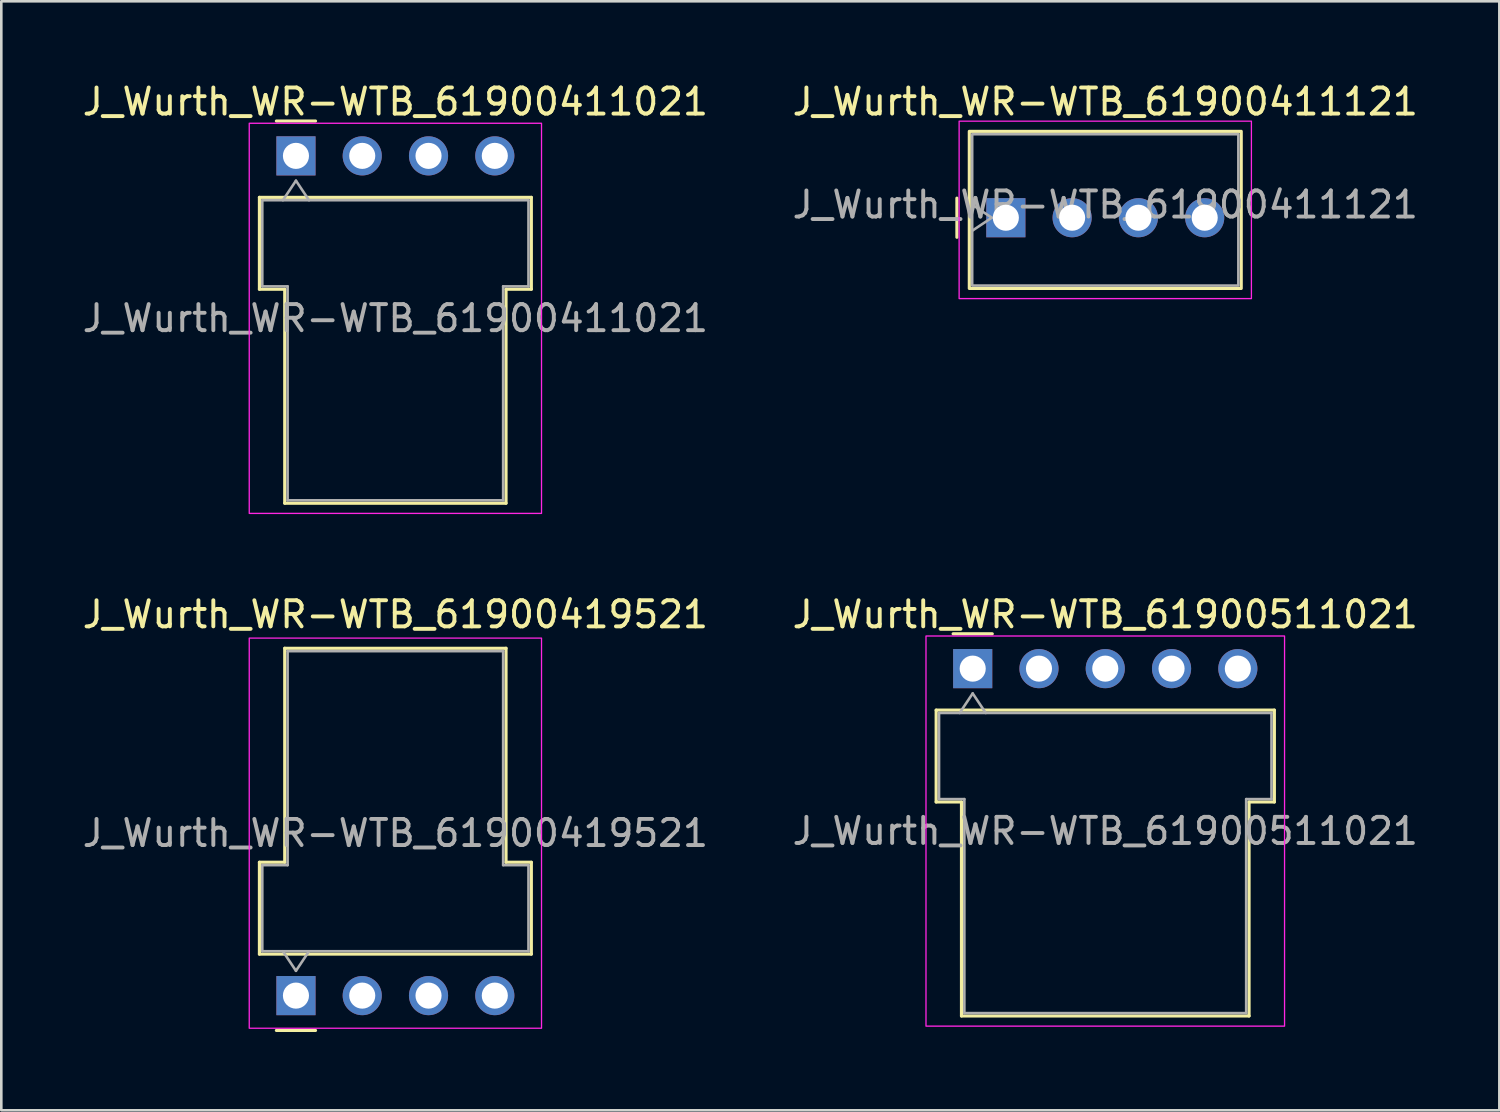
<source format=kicad_pcb>
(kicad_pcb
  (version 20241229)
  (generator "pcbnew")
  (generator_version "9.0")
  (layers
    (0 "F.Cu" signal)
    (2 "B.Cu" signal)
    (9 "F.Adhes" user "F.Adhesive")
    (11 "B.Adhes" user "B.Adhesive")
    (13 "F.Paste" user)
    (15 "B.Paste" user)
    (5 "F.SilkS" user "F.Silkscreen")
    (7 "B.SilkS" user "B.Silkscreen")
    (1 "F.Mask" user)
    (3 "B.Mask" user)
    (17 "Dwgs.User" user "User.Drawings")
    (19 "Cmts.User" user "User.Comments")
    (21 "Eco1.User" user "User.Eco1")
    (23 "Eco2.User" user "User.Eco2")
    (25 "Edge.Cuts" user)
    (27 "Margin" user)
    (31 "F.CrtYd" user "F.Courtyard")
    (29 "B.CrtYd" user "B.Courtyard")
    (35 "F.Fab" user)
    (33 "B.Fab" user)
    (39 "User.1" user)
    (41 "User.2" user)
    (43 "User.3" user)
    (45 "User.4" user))
  (footprint "J_Wurth_WR-WTB_61900419521"
    (layer "F.Cu")
    (at 8.291 35.102)
    (property "Reference" "J_Wurth_WR-WTB_61900419521" (at 3.81 -14.605 0) (unlocked yes) (layer "F.SilkS") (effects (font (size 1 1) (thickness 0.15))))
    (attr through_hole)
    (fp_line (start -1.4 -5.11) (end -1.4 -1.59) (stroke (width 0.12) (type default)) (layer "F.SilkS"))
    (fp_line (start -1.4 -1.59) (end 9.02 -1.59) (stroke (width 0.12) (type default)) (layer "F.SilkS"))
    (fp_line (start -0.43 -13.31) (end -0.43 -5.11) (stroke (width 0.12) (type default)) (layer "F.SilkS"))
    (fp_line (start -0.43 -5.11) (end -1.4 -5.11) (stroke (width 0.12) (type default)) (layer "F.SilkS"))
    (fp_line (start 0.75 1.335) (end -0.75 1.335) (stroke (width 0.12) (type solid)) (layer "F.SilkS"))
    (fp_line (start 8.05 -13.31) (end -0.43 -13.31) (stroke (width 0.12) (type default)) (layer "F.SilkS"))
    (fp_line (start 8.05 -5.11) (end 8.05 -13.31) (stroke (width 0.12) (type default)) (layer "F.SilkS"))
    (fp_line (start 9.02 -5.11) (end 8.05 -5.11) (stroke (width 0.12) (type default)) (layer "F.SilkS"))
    (fp_line (start 9.02 -1.59) (end 9.02 -5.11) (stroke (width 0.12) (type default)) (layer "F.SilkS"))
    (fp_rect (start -1.79 -13.7) (end 9.41 1.25) (stroke (width 0.05) (type solid)) (fill no) (layer "F.CrtYd"))
    (fp_line (start -1.29 -5) (end -1.29 -1.7) (stroke (width 0.1) (type solid)) (layer "F.Fab"))
    (fp_line (start -1.29 -5) (end -0.32 -5) (stroke (width 0.1) (type solid)) (layer "F.Fab"))
    (fp_line (start -0.32 -13.2) (end -0.32 -5) (stroke (width 0.1) (type solid)) (layer "F.Fab"))
    (fp_line (start 0 -0.95) (end -0.5 -1.7) (stroke (width 0.1) (type solid)) (layer "F.Fab"))
    (fp_line (start 0 -0.95) (end 0.5 -1.7) (stroke (width 0.1) (type solid)) (layer "F.Fab"))
    (fp_line (start 7.94 -13.2) (end -0.32 -13.2) (stroke (width 0.1) (type solid)) (layer "F.Fab"))
    (fp_line (start 7.94 -13.2) (end 7.94 -5) (stroke (width 0.1) (type solid)) (layer "F.Fab"))
    (fp_line (start 8.91 -5) (end 7.94 -5) (stroke (width 0.1) (type solid)) (layer "F.Fab"))
    (fp_line (start 8.91 -5) (end 8.91 -1.7) (stroke (width 0.1) (type solid)) (layer "F.Fab"))
    (fp_line (start 8.91 -1.7) (end -1.29 -1.7) (stroke (width 0.1) (type solid)) (layer "F.Fab"))
    (fp_text user "${REFERENCE}" (at 3.81 -6.225 0) (unlocked yes) (layer "F.Fab") (effects (font (size 1 1) (thickness 0.15))))
    (pad "1" thru_hole rect (at 0 0) (size 1.5 1.5) (drill 1) (layers "*.Cu" "*.Mask"))
    (pad "2" thru_hole circle (at 2.54 0) (size 1.5 1.5) (drill 1) (layers "*.Cu" "*.Mask"))
    (pad "3" thru_hole circle (at 5.08 0) (size 1.5 1.5) (drill 1) (layers "*.Cu" "*.Mask"))
    (pad "4" thru_hole circle (at 7.62 0) (size 1.5 1.5) (drill 1) (layers "*.Cu" "*.Mask")))
  (footprint "J_Wurth_WR-WTB_61900411021"
    (layer "F.Cu")
    (at 8.291 2.923)
    (property "Reference" "J_Wurth_WR-WTB_61900411021" (at 3.81 -2.075 0) (unlocked yes) (layer "F.SilkS") (effects (font (size 1 1) (thickness 0.15))))
    (attr through_hole)
    (fp_line (start -1.4 1.59) (end -1.4 5.11) (stroke (width 0.12) (type default)) (layer "F.SilkS"))
    (fp_line (start -1.4 5.11) (end -0.43 5.11) (stroke (width 0.12) (type default)) (layer "F.SilkS"))
    (fp_line (start -0.75 -1.335) (end 0.75 -1.335) (stroke (width 0.12) (type solid)) (layer "F.SilkS"))
    (fp_line (start -0.43 5.11) (end -0.43 13.31) (stroke (width 0.12) (type default)) (layer "F.SilkS"))
    (fp_line (start -0.43 13.31) (end 8.05 13.31) (stroke (width 0.12) (type default)) (layer "F.SilkS"))
    (fp_line (start 8.05 5.11) (end 9.02 5.11) (stroke (width 0.12) (type default)) (layer "F.SilkS"))
    (fp_line (start 8.05 13.31) (end 8.05 5.11) (stroke (width 0.12) (type default)) (layer "F.SilkS"))
    (fp_line (start 9.02 1.59) (end -1.4 1.59) (stroke (width 0.12) (type default)) (layer "F.SilkS"))
    (fp_line (start 9.02 5.11) (end 9.02 1.59) (stroke (width 0.12) (type default)) (layer "F.SilkS"))
    (fp_rect (start -1.79 -1.25) (end 9.41 13.7) (stroke (width 0.05) (type solid)) (fill no) (layer "F.CrtYd"))
    (fp_line (start -1.29 1.7) (end 8.91 1.7) (stroke (width 0.1) (type solid)) (layer "F.Fab"))
    (fp_line (start -1.29 5) (end -1.29 1.7) (stroke (width 0.1) (type solid)) (layer "F.Fab"))
    (fp_line (start -1.29 5) (end -0.32 5) (stroke (width 0.1) (type solid)) (layer "F.Fab"))
    (fp_line (start -0.32 13.2) (end -0.32 5) (stroke (width 0.1) (type solid)) (layer "F.Fab"))
    (fp_line (start -0.32 13.2) (end 7.94 13.2) (stroke (width 0.1) (type solid)) (layer "F.Fab"))
    (fp_line (start 0 0.95) (end -0.5 1.7) (stroke (width 0.1) (type solid)) (layer "F.Fab"))
    (fp_line (start 0 0.95) (end 0.5 1.7) (stroke (width 0.1) (type solid)) (layer "F.Fab"))
    (fp_line (start 7.94 13.2) (end 7.94 5) (stroke (width 0.1) (type solid)) (layer "F.Fab"))
    (fp_line (start 8.91 5) (end 7.94 5) (stroke (width 0.1) (type solid)) (layer "F.Fab"))
    (fp_line (start 8.91 5) (end 8.91 1.7) (stroke (width 0.1) (type solid)) (layer "F.Fab"))
    (fp_text user "${REFERENCE}" (at 3.81 6.225 0) (unlocked yes) (layer "F.Fab") (effects (font (size 1 1) (thickness 0.15))))
    (pad "1" thru_hole rect (at 0 0 180) (size 1.5 1.5) (drill 1) (layers "*.Cu" "*.Mask"))
    (pad "2" thru_hole circle (at 2.54 0 180) (size 1.5 1.5) (drill 1) (layers "*.Cu" "*.Mask"))
    (pad "3" thru_hole circle (at 5.08 0 180) (size 1.5 1.5) (drill 1) (layers "*.Cu" "*.Mask"))
    (pad "4" thru_hole circle (at 7.62 0 180) (size 1.5 1.5) (drill 1) (layers "*.Cu" "*.Mask")))
  (footprint "J_Wurth_WR-WTB_61900511021"
    (layer "F.Cu")
    (at 34.224 22.572)
    (property "Reference" "J_Wurth_WR-WTB_61900511021" (at 5.08 -2.075 0) (unlocked yes) (layer "F.SilkS") (effects (font (size 1 1) (thickness 0.15))))
    (attr through_hole)
    (fp_line (start -1.4 1.59) (end -1.4 5.11) (stroke (width 0.12) (type default)) (layer "F.SilkS"))
    (fp_line (start -1.4 5.11) (end -0.43 5.11) (stroke (width 0.12) (type default)) (layer "F.SilkS"))
    (fp_line (start -0.75 -1.335) (end 0.75 -1.335) (stroke (width 0.12) (type solid)) (layer "F.SilkS"))
    (fp_line (start -0.43 5.11) (end -0.43 13.31) (stroke (width 0.12) (type default)) (layer "F.SilkS"))
    (fp_line (start -0.43 13.31) (end 10.59 13.31) (stroke (width 0.12) (type default)) (layer "F.SilkS"))
    (fp_line (start 10.59 5.11) (end 11.56 5.11) (stroke (width 0.12) (type default)) (layer "F.SilkS"))
    (fp_line (start 10.59 13.31) (end 10.59 5.11) (stroke (width 0.12) (type default)) (layer "F.SilkS"))
    (fp_line (start 11.56 1.59) (end -1.4 1.59) (stroke (width 0.12) (type default)) (layer "F.SilkS"))
    (fp_line (start 11.56 5.11) (end 11.56 1.59) (stroke (width 0.12) (type default)) (layer "F.SilkS"))
    (fp_rect (start -1.79 -1.25) (end 11.95 13.7) (stroke (width 0.05) (type solid)) (fill no) (layer "F.CrtYd"))
    (fp_line (start -1.29 1.7) (end 11.45 1.7) (stroke (width 0.1) (type solid)) (layer "F.Fab"))
    (fp_line (start -1.29 5) (end -1.29 1.7) (stroke (width 0.1) (type solid)) (layer "F.Fab"))
    (fp_line (start -1.29 5) (end -0.32 5) (stroke (width 0.1) (type solid)) (layer "F.Fab"))
    (fp_line (start -0.32 13.2) (end -0.32 5) (stroke (width 0.1) (type solid)) (layer "F.Fab"))
    (fp_line (start -0.32 13.2) (end 10.48 13.2) (stroke (width 0.1) (type solid)) (layer "F.Fab"))
    (fp_line (start 0 0.95) (end -0.5 1.7) (stroke (width 0.1) (type solid)) (layer "F.Fab"))
    (fp_line (start 0 0.95) (end 0.5 1.7) (stroke (width 0.1) (type solid)) (layer "F.Fab"))
    (fp_line (start 10.48 13.2) (end 10.48 5) (stroke (width 0.1) (type solid)) (layer "F.Fab"))
    (fp_line (start 11.45 5) (end 10.48 5) (stroke (width 0.1) (type solid)) (layer "F.Fab"))
    (fp_line (start 11.45 5) (end 11.45 1.7) (stroke (width 0.1) (type solid)) (layer "F.Fab"))
    (fp_text user "${REFERENCE}" (at 5.08 6.225 0) (unlocked yes) (layer "F.Fab") (effects (font (size 1 1) (thickness 0.15))))
    (pad "1" thru_hole rect (at 0 0 180) (size 1.5 1.5) (drill 1) (layers "*.Cu" "*.Mask"))
    (pad "2" thru_hole circle (at 2.54 0 180) (size 1.5 1.5) (drill 1) (layers "*.Cu" "*.Mask"))
    (pad "3" thru_hole circle (at 5.08 0 180) (size 1.5 1.5) (drill 1) (layers "*.Cu" "*.Mask"))
    (pad "4" thru_hole circle (at 7.62 0 180) (size 1.5 1.5) (drill 1) (layers "*.Cu" "*.Mask"))
    (pad "5" thru_hole circle (at 10.16 0 180) (size 1.5 1.5) (drill 1) (layers "*.Cu" "*.Mask")))
  (footprint "J_Wurth_WR-WTB_61900411121"
    (layer "F.Cu")
    (at 35.494 5.293)
    (property "Reference" "J_Wurth_WR-WTB_61900411121" (at 3.81 -4.445 0) (unlocked yes) (layer "F.SilkS") (effects (font (size 1 1) (thickness 0.15))))
    (attr through_hole)
    (fp_line (start -1.875 -0.75) (end -1.875 0.75) (stroke (width 0.12) (type solid)) (layer "F.SilkS"))
    (fp_rect (start -1.4 -3.31) (end 9.02 2.71) (stroke (width 0.12) (type solid)) (fill no) (layer "F.SilkS"))
    (fp_rect (start -1.79 -3.7) (end 9.41 3.1) (stroke (width 0.05) (type solid)) (fill no) (layer "F.CrtYd"))
    (fp_line (start -0.54 0) (end -1.29 -0.5) (stroke (width 0.1) (type solid)) (layer "F.Fab"))
    (fp_line (start -0.54 0) (end -1.29 0.5) (stroke (width 0.1) (type solid)) (layer "F.Fab"))
    (fp_rect (start -1.29 -3.2) (end 8.91 2.6) (stroke (width 0.1) (type solid)) (fill no) (layer "F.Fab"))
    (fp_text user "${REFERENCE}" (at 3.81 -0.5 0) (unlocked yes) (layer "F.Fab") (effects (font (size 1 1) (thickness 0.15))))
    (pad "1" thru_hole rect (at 0 0 180) (size 1.5 1.5) (drill 1) (layers "*.Cu" "*.Mask"))
    (pad "2" thru_hole circle (at 2.54 0 180) (size 1.5 1.5) (drill 1) (layers "*.Cu" "*.Mask"))
    (pad "3" thru_hole circle (at 5.08 0 180) (size 1.5 1.5) (drill 1) (layers "*.Cu" "*.Mask"))
    (pad "4" thru_hole circle (at 7.62 0 180) (size 1.5 1.5) (drill 1) (layers "*.Cu" "*.Mask")))
  (gr_rect
    (start -3 -3)
    (end 54.405 39.496)
    (stroke (width 0.1) (type default))
    (fill no)
    (layer "Edge.Cuts")))
</source>
